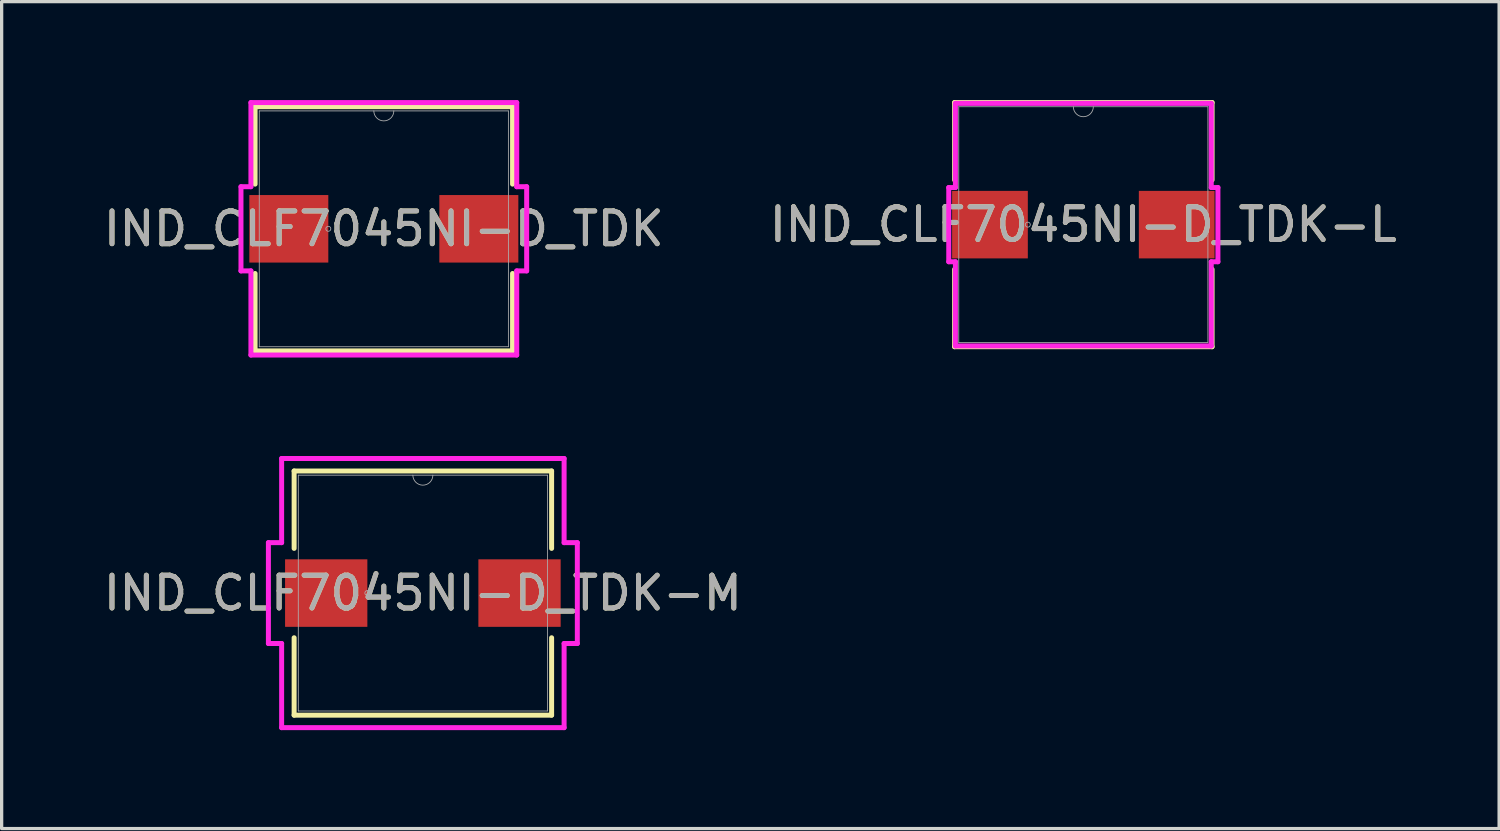
<source format=kicad_pcb>
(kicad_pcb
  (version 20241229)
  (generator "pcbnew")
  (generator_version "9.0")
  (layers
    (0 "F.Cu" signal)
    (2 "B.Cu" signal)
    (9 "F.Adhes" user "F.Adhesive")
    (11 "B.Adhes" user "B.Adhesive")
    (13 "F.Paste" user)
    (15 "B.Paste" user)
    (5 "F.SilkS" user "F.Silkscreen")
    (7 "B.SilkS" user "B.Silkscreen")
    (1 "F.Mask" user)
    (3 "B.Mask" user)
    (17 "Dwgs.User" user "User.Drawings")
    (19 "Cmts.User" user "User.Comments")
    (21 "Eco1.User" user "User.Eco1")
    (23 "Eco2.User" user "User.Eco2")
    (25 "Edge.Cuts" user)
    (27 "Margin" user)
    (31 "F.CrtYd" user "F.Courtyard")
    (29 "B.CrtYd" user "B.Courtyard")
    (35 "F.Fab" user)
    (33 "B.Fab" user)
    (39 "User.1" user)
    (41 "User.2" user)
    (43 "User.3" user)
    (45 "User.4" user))
  (footprint "IND_CLF7045NI-D_TDK-L"
    (layer "F.Cu")
    (at 29.97 3.797)
    (property "Reference" "IND_CLF7045NI-D_TDK-L" (at 0 0 0) (unlocked yes) (layer "F.SilkS") (effects (font (size 1 1) (thickness 0.15))))
    (attr smd)
    (fp_line (start -3.924 -3.721) (end -3.924 -1.362) (stroke (width 0.152) (type solid)) (layer "F.SilkS"))
    (fp_line (start -3.924 1.362) (end -3.924 3.721) (stroke (width 0.152) (type solid)) (layer "F.SilkS"))
    (fp_line (start -3.924 3.721) (end 3.924 3.721) (stroke (width 0.152) (type solid)) (layer "F.SilkS"))
    (fp_line (start 3.924 -3.721) (end -3.924 -3.721) (stroke (width 0.152) (type solid)) (layer "F.SilkS"))
    (fp_line (start 3.924 -1.362) (end 3.924 -3.721) (stroke (width 0.152) (type solid)) (layer "F.SilkS"))
    (fp_line (start 3.924 3.721) (end 3.924 1.362) (stroke (width 0.152) (type solid)) (layer "F.SilkS"))
    (fp_line (start -4.102 -1.131) (end -3.899 -1.131) (stroke (width 0.152) (type solid)) (layer "F.CrtYd"))
    (fp_line (start -4.102 1.131) (end -4.102 -1.131) (stroke (width 0.152) (type solid)) (layer "F.CrtYd"))
    (fp_line (start -4.102 1.131) (end -3.899 1.131) (stroke (width 0.152) (type solid)) (layer "F.CrtYd"))
    (fp_line (start -3.899 -3.696) (end 3.899 -3.696) (stroke (width 0.152) (type solid)) (layer "F.CrtYd"))
    (fp_line (start -3.899 -1.131) (end -3.899 -3.696) (stroke (width 0.152) (type solid)) (layer "F.CrtYd"))
    (fp_line (start -3.899 3.696) (end -3.899 1.131) (stroke (width 0.152) (type solid)) (layer "F.CrtYd"))
    (fp_line (start 3.899 -3.696) (end 3.899 -1.131) (stroke (width 0.152) (type solid)) (layer "F.CrtYd"))
    (fp_line (start 3.899 1.131) (end 3.899 3.696) (stroke (width 0.152) (type solid)) (layer "F.CrtYd"))
    (fp_line (start 3.899 3.696) (end -3.899 3.696) (stroke (width 0.152) (type solid)) (layer "F.CrtYd"))
    (fp_line (start 4.102 -1.131) (end 3.899 -1.131) (stroke (width 0.152) (type solid)) (layer "F.CrtYd"))
    (fp_line (start 4.102 -1.131) (end 4.102 1.131) (stroke (width 0.152) (type solid)) (layer "F.CrtYd"))
    (fp_line (start 4.102 1.131) (end 3.899 1.131) (stroke (width 0.152) (type solid)) (layer "F.CrtYd"))
    (fp_line (start -3.797 -3.594) (end -3.797 3.594) (stroke (width 0.025) (type solid)) (layer "F.Fab"))
    (fp_line (start -3.797 3.594) (end 3.797 3.594) (stroke (width 0.025) (type solid)) (layer "F.Fab"))
    (fp_line (start 3.797 -3.594) (end -3.797 -3.594) (stroke (width 0.025) (type solid)) (layer "F.Fab"))
    (fp_line (start 3.797 3.594) (end 3.797 -3.594) (stroke (width 0.025) (type solid)) (layer "F.Fab"))
    (fp_arc (start 0.3048 -3.5941) (mid 0 -3.2893) (end -0.3048 -3.5941) (stroke (width 0.0254) (type solid)) (layer "F.Fab"))
    (fp_circle (center -1.692 0) (end -1.616 0) (stroke (width 0.025) (type solid)) (fill no) (layer "F.Fab"))
    (fp_text user "${REFERENCE}" (at 0 0 0) (unlocked yes) (layer "F.Fab") (effects (font (size 1 1) (thickness 0.15))))
    (pad "1" smd rect (at -2.846 0) (size 2.308 2.058) (layers "F.Cu" "F.Mask" "F.Paste"))
    (pad "2" smd rect (at 2.846 0) (size 2.308 2.058) (layers "F.Cu" "F.Mask" "F.Paste")))
  (footprint "IND_CLF7045NI-D_TDK-M"
    (layer "F.Cu")
    (at 9.839 15.027)
    (property "Reference" "IND_CLF7045NI-D_TDK-M" (at 0 0 0) (unlocked yes) (layer "F.SilkS") (effects (font (size 1 1) (thickness 0.15))))
    (attr smd)
    (fp_line (start -3.924 -3.721) (end -3.924 -1.362) (stroke (width 0.152) (type solid)) (layer "F.SilkS"))
    (fp_line (start -3.924 1.362) (end -3.924 3.721) (stroke (width 0.152) (type solid)) (layer "F.SilkS"))
    (fp_line (start -3.924 3.721) (end 3.924 3.721) (stroke (width 0.152) (type solid)) (layer "F.SilkS"))
    (fp_line (start 3.924 -3.721) (end -3.924 -3.721) (stroke (width 0.152) (type solid)) (layer "F.SilkS"))
    (fp_line (start 3.924 -1.362) (end 3.924 -3.721) (stroke (width 0.152) (type solid)) (layer "F.SilkS"))
    (fp_line (start 3.924 3.721) (end 3.924 1.362) (stroke (width 0.152) (type solid)) (layer "F.SilkS"))
    (fp_line (start -4.708 -1.537) (end -4.305 -1.537) (stroke (width 0.152) (type solid)) (layer "F.CrtYd"))
    (fp_line (start -4.708 1.537) (end -4.708 -1.537) (stroke (width 0.152) (type solid)) (layer "F.CrtYd"))
    (fp_line (start -4.708 1.537) (end -4.305 1.537) (stroke (width 0.152) (type solid)) (layer "F.CrtYd"))
    (fp_line (start -4.305 -4.102) (end 4.305 -4.102) (stroke (width 0.152) (type solid)) (layer "F.CrtYd"))
    (fp_line (start -4.305 -1.537) (end -4.305 -4.102) (stroke (width 0.152) (type solid)) (layer "F.CrtYd"))
    (fp_line (start -4.305 4.102) (end -4.305 1.537) (stroke (width 0.152) (type solid)) (layer "F.CrtYd"))
    (fp_line (start 4.305 -4.102) (end 4.305 -1.537) (stroke (width 0.152) (type solid)) (layer "F.CrtYd"))
    (fp_line (start 4.305 1.537) (end 4.305 4.102) (stroke (width 0.152) (type solid)) (layer "F.CrtYd"))
    (fp_line (start 4.305 4.102) (end -4.305 4.102) (stroke (width 0.152) (type solid)) (layer "F.CrtYd"))
    (fp_line (start 4.708 -1.537) (end 4.305 -1.537) (stroke (width 0.152) (type solid)) (layer "F.CrtYd"))
    (fp_line (start 4.708 -1.537) (end 4.708 1.537) (stroke (width 0.152) (type solid)) (layer "F.CrtYd"))
    (fp_line (start 4.708 1.537) (end 4.305 1.537) (stroke (width 0.152) (type solid)) (layer "F.CrtYd"))
    (fp_line (start -3.797 -3.594) (end -3.797 3.594) (stroke (width 0.025) (type solid)) (layer "F.Fab"))
    (fp_line (start -3.797 3.594) (end 3.797 3.594) (stroke (width 0.025) (type solid)) (layer "F.Fab"))
    (fp_line (start 3.797 -3.594) (end -3.797 -3.594) (stroke (width 0.025) (type solid)) (layer "F.Fab"))
    (fp_line (start 3.797 3.594) (end 3.797 -3.594) (stroke (width 0.025) (type solid)) (layer "F.Fab"))
    (fp_arc (start 0.3048 -3.5941) (mid 0 -3.2893) (end -0.3048 -3.5941) (stroke (width 0.0254) (type solid)) (layer "F.Fab"))
    (fp_circle (center -1.692 0) (end -1.616 0) (stroke (width 0.025) (type solid)) (fill no) (layer "F.Fab"))
    (fp_text user "${REFERENCE}" (at 0 0 0) (unlocked yes) (layer "F.Fab") (effects (font (size 1 1) (thickness 0.15))))
    (pad "1" smd rect (at -2.946 0) (size 2.508 2.058) (layers "F.Cu" "F.Mask" "F.Paste"))
    (pad "2" smd rect (at 2.946 0) (size 2.508 2.058) (layers "F.Cu" "F.Mask" "F.Paste")))
  (footprint "IND_CLF7045NI-D_TDK"
    (layer "F.Cu")
    (at 8.649 3.924)
    (property "Reference" "IND_CLF7045NI-D_TDK" (at 0 0 0) (unlocked yes) (layer "F.SilkS") (effects (font (size 1 1) (thickness 0.15))))
    (attr smd)
    (fp_line (start -3.924 -3.721) (end -3.924 -1.362) (stroke (width 0.152) (type solid)) (layer "F.SilkS"))
    (fp_line (start -3.924 1.362) (end -3.924 3.721) (stroke (width 0.152) (type solid)) (layer "F.SilkS"))
    (fp_line (start -3.924 3.721) (end 3.924 3.721) (stroke (width 0.152) (type solid)) (layer "F.SilkS"))
    (fp_line (start 3.924 -3.721) (end -3.924 -3.721) (stroke (width 0.152) (type solid)) (layer "F.SilkS"))
    (fp_line (start 3.924 -1.362) (end 3.924 -3.721) (stroke (width 0.152) (type solid)) (layer "F.SilkS"))
    (fp_line (start 3.924 3.721) (end 3.924 1.362) (stroke (width 0.152) (type solid)) (layer "F.SilkS"))
    (fp_line (start -4.354 -1.283) (end -4.051 -1.283) (stroke (width 0.152) (type solid)) (layer "F.CrtYd"))
    (fp_line (start -4.354 1.283) (end -4.354 -1.283) (stroke (width 0.152) (type solid)) (layer "F.CrtYd"))
    (fp_line (start -4.354 1.283) (end -4.051 1.283) (stroke (width 0.152) (type solid)) (layer "F.CrtYd"))
    (fp_line (start -4.051 -3.848) (end 4.051 -3.848) (stroke (width 0.152) (type solid)) (layer "F.CrtYd"))
    (fp_line (start -4.051 -1.283) (end -4.051 -3.848) (stroke (width 0.152) (type solid)) (layer "F.CrtYd"))
    (fp_line (start -4.051 3.848) (end -4.051 1.283) (stroke (width 0.152) (type solid)) (layer "F.CrtYd"))
    (fp_line (start 4.051 -3.848) (end 4.051 -1.283) (stroke (width 0.152) (type solid)) (layer "F.CrtYd"))
    (fp_line (start 4.051 1.283) (end 4.051 3.848) (stroke (width 0.152) (type solid)) (layer "F.CrtYd"))
    (fp_line (start 4.051 3.848) (end -4.051 3.848) (stroke (width 0.152) (type solid)) (layer "F.CrtYd"))
    (fp_line (start 4.354 -1.283) (end 4.051 -1.283) (stroke (width 0.152) (type solid)) (layer "F.CrtYd"))
    (fp_line (start 4.354 -1.283) (end 4.354 1.283) (stroke (width 0.152) (type solid)) (layer "F.CrtYd"))
    (fp_line (start 4.354 1.283) (end 4.051 1.283) (stroke (width 0.152) (type solid)) (layer "F.CrtYd"))
    (fp_line (start -3.797 -3.594) (end -3.797 3.594) (stroke (width 0.025) (type solid)) (layer "F.Fab"))
    (fp_line (start -3.797 3.594) (end 3.797 3.594) (stroke (width 0.025) (type solid)) (layer "F.Fab"))
    (fp_line (start 3.797 -3.594) (end -3.797 -3.594) (stroke (width 0.025) (type solid)) (layer "F.Fab"))
    (fp_line (start 3.797 3.594) (end 3.797 -3.594) (stroke (width 0.025) (type solid)) (layer "F.Fab"))
    (fp_arc (start 0.3048 -3.5941) (mid 0 -3.2893) (end -0.3048 -3.5941) (stroke (width 0.0254) (type solid)) (layer "F.Fab"))
    (fp_circle (center -1.692 0) (end -1.616 0) (stroke (width 0.025) (type solid)) (fill no) (layer "F.Fab"))
    (fp_text user "${REFERENCE}" (at 0 0 0) (unlocked yes) (layer "F.Fab") (effects (font (size 1 1) (thickness 0.15))))
    (pad "1" smd rect (at -2.896 0) (size 2.408 2.058) (layers "F.Cu" "F.Mask" "F.Paste"))
    (pad "2" smd rect (at 2.896 0) (size 2.408 2.058) (layers "F.Cu" "F.Mask" "F.Paste")))
  (gr_rect
    (start -3 -3)
    (end 42.643 22.205)
    (stroke (width 0.1) (type default))
    (fill no)
    (layer "Edge.Cuts")))
</source>
